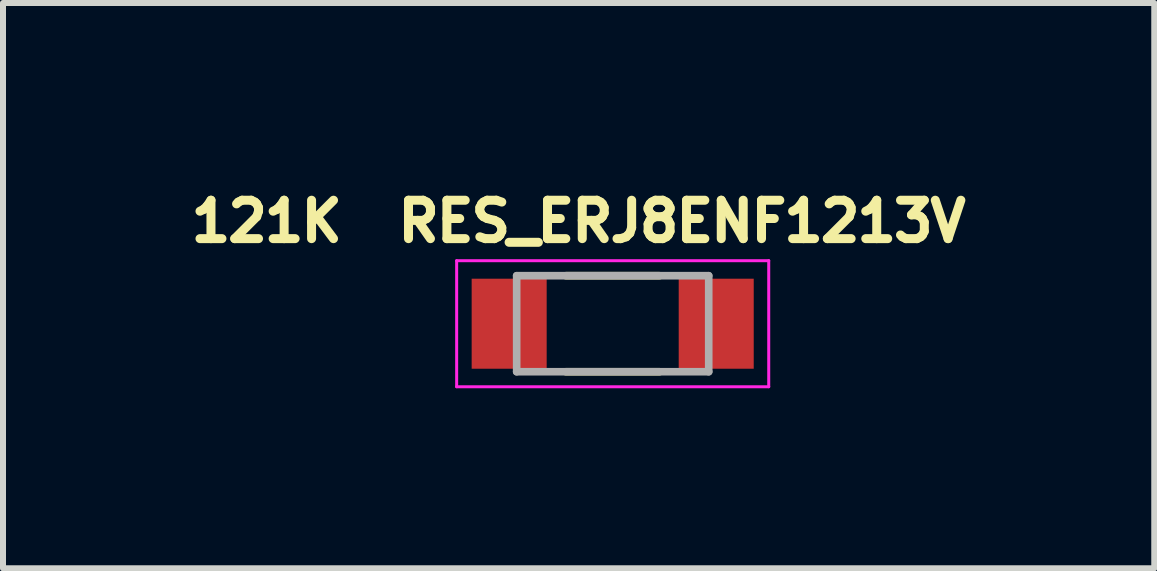
<source format=kicad_pcb>
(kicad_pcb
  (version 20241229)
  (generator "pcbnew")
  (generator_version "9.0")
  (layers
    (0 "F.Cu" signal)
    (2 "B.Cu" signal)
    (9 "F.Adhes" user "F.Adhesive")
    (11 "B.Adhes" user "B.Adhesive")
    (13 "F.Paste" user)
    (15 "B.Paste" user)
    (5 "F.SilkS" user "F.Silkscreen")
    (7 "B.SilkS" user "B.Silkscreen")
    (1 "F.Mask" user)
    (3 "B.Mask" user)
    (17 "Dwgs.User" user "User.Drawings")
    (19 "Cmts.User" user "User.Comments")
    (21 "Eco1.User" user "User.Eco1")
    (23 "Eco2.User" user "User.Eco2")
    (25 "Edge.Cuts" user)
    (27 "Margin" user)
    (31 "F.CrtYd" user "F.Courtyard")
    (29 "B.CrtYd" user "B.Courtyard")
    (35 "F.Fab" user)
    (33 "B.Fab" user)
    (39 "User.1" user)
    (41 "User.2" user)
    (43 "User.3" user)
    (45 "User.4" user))
  (footprint "121K  RES_ERJ8ENF1213V"
    (layer "F.Cu")
    (at 7.159 2.344)
    (property "Reference" "121K  RES_ERJ8ENF1213V" (at -0.568 -1.706 0) (layer "F.SilkS") (effects (font (size 0.64 0.64) (thickness 0.15))))
    (attr smd)
    (fp_line (start -0.78 -0.8) (end 0.78 -0.8) (stroke (width 0.127) (type solid)) (layer "F.SilkS"))
    (fp_line (start -0.78 0.8) (end 0.78 0.8) (stroke (width 0.127) (type solid)) (layer "F.SilkS"))
    (fp_line (start -2.6 -1.05) (end -2.6 1.05) (stroke (width 0.05) (type solid)) (layer "F.CrtYd"))
    (fp_line (start -2.6 1.05) (end 2.6 1.05) (stroke (width 0.05) (type solid)) (layer "F.CrtYd"))
    (fp_line (start 2.6 -1.05) (end -2.6 -1.05) (stroke (width 0.05) (type solid)) (layer "F.CrtYd"))
    (fp_line (start 2.6 1.05) (end 2.6 -1.05) (stroke (width 0.05) (type solid)) (layer "F.CrtYd"))
    (fp_line (start -1.6 -0.8) (end -1.6 0.8) (stroke (width 0.127) (type solid)) (layer "F.Fab"))
    (fp_line (start -1.6 -0.8) (end 1.6 -0.8) (stroke (width 0.127) (type solid)) (layer "F.Fab"))
    (fp_line (start -1.6 0.8) (end 1.6 0.8) (stroke (width 0.127) (type solid)) (layer "F.Fab"))
    (fp_line (start 1.6 -0.8) (end 1.6 0.8) (stroke (width 0.127) (type solid)) (layer "F.Fab"))
    (pad "1" smd rect (at -1.725 0) (size 1.25 1.5) (layers "F.Cu" "F.Mask" "F.Paste"))
    (pad "2" smd rect (at 1.725 0) (size 1.25 1.5) (layers "F.Cu" "F.Mask" "F.Paste")))
  (gr_rect
    (start -3 -3)
    (end 16.183 6.419)
    (stroke (width 0.1) (type default))
    (fill no)
    (layer "Edge.Cuts")))
</source>
